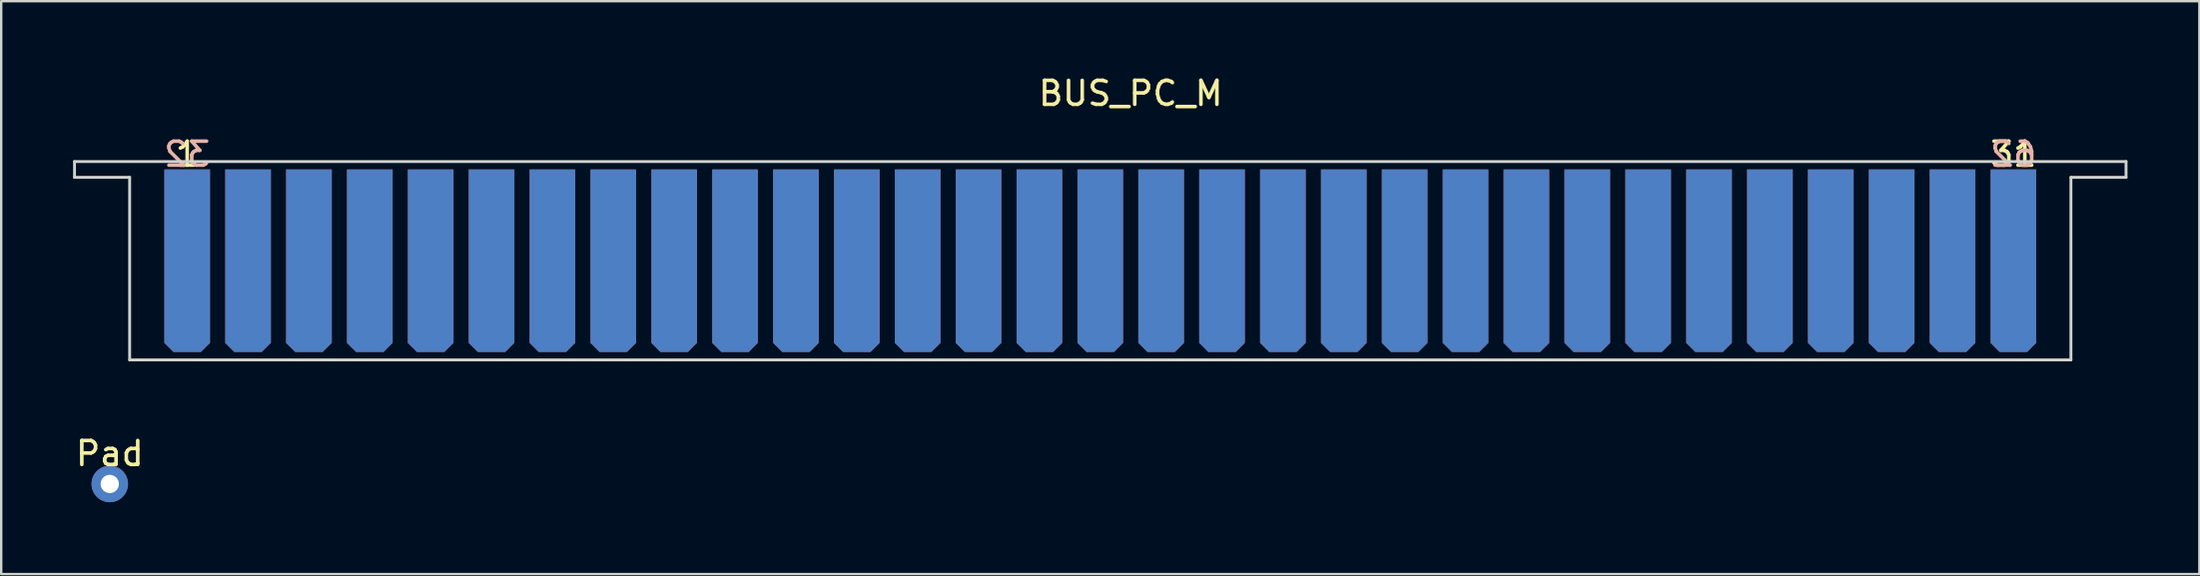
<source format=kicad_pcb>
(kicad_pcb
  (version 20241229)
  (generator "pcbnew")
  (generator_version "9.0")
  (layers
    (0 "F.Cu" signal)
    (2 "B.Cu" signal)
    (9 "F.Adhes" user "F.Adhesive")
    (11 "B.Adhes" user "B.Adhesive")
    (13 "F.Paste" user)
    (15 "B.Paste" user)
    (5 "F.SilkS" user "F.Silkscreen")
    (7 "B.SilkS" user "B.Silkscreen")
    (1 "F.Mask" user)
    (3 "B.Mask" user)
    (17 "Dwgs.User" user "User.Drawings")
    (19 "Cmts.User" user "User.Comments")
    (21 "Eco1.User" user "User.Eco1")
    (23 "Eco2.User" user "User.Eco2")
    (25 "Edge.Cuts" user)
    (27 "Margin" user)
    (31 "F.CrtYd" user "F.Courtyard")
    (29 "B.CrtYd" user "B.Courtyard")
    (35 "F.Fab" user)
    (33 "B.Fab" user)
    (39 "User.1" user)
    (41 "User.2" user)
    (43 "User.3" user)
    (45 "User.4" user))
  (footprint "BUS_PC_M"
    (layer "F.Cu")
    (at 42.86 7.833)
    (property "Reference" "BUS_PC_M" (at 1.27 -6.985 0) (layer "F.SilkS") (effects (font (size 1 1) (thickness 0.15))))
    (attr through_hole)
    (fp_line (start -42.8 -4.14) (end -42.8 -3.48) (stroke (width 0.12) (type solid)) (layer "Edge.Cuts"))
    (fp_line (start -42.8 -4.14) (end 42.8 -4.14) (stroke (width 0.12) (type solid)) (layer "Edge.Cuts"))
    (fp_line (start -42.8 -3.48) (end -40.5 -3.48) (stroke (width 0.12) (type solid)) (layer "Edge.Cuts"))
    (fp_line (start -40.5 -3.48) (end -40.5 4.14) (stroke (width 0.12) (type solid)) (layer "Edge.Cuts"))
    (fp_line (start -40.5 4.14) (end 40.5 4.14) (stroke (width 0.12) (type solid)) (layer "Edge.Cuts"))
    (fp_line (start 40.5 -3.48) (end 40.5 4.14) (stroke (width 0.12) (type solid)) (layer "Edge.Cuts"))
    (fp_line (start 40.5 -3.48) (end 42.8 -3.48) (stroke (width 0.12) (type solid)) (layer "Edge.Cuts"))
    (fp_line (start 42.8 -4.14) (end 42.8 -3.48) (stroke (width 0.12) (type solid)) (layer "Edge.Cuts"))
    (fp_text user "31" (at 38.1 -4.445 0) (unlocked yes) (layer "F.SilkS") (effects (font (size 1 1) (thickness 0.15))))
    (fp_text user "1" (at -38.1 -4.445 0) (unlocked yes) (layer "F.SilkS") (effects (font (size 1 1) (thickness 0.15))))
    (fp_text user "62" (at 38.1 -4.445 0) (unlocked yes) (layer "B.SilkS") (effects (font (size 1 1) (thickness 0.15)) (justify mirror)))
    (fp_text user "32" (at -38.1 -4.445 0) (unlocked yes) (layer "B.SilkS") (effects (font (size 1 1) (thickness 0.15)) (justify mirror)))
    (pad "1" connect roundrect (at -38.1 0) (size 1.905 7.62) (layers "F.Cu" "F.Mask") (roundrect_rratio 0) (chamfer_ratio 0.2) (chamfer bottom_left bottom_right))
    (pad "2" connect roundrect (at -35.56 0) (size 1.905 7.62) (layers "F.Cu" "F.Mask") (roundrect_rratio 0) (chamfer_ratio 0.2) (chamfer bottom_left bottom_right))
    (pad "3" connect roundrect (at -33.02 0) (size 1.905 7.62) (layers "F.Cu" "F.Mask") (roundrect_rratio 0) (chamfer_ratio 0.2) (chamfer bottom_left bottom_right))
    (pad "4" connect roundrect (at -30.48 0) (size 1.905 7.62) (layers "F.Cu" "F.Mask") (roundrect_rratio 0) (chamfer_ratio 0.2) (chamfer bottom_left bottom_right))
    (pad "5" connect roundrect (at -27.94 0) (size 1.905 7.62) (layers "F.Cu" "F.Mask") (roundrect_rratio 0) (chamfer_ratio 0.2) (chamfer bottom_left bottom_right))
    (pad "6" connect roundrect (at -25.4 0) (size 1.905 7.62) (layers "F.Cu" "F.Mask") (roundrect_rratio 0) (chamfer_ratio 0.2) (chamfer bottom_left bottom_right))
    (pad "7" connect roundrect (at -22.86 0) (size 1.905 7.62) (layers "F.Cu" "F.Mask") (roundrect_rratio 0) (chamfer_ratio 0.2) (chamfer bottom_left bottom_right))
    (pad "8" connect roundrect (at -20.32 0) (size 1.905 7.62) (layers "F.Cu" "F.Mask") (roundrect_rratio 0) (chamfer_ratio 0.2) (chamfer bottom_left bottom_right))
    (pad "9" connect roundrect (at -17.78 0) (size 1.905 7.62) (layers "F.Cu" "F.Mask") (roundrect_rratio 0) (chamfer_ratio 0.2) (chamfer bottom_left bottom_right))
    (pad "10" connect roundrect (at -15.24 0) (size 1.905 7.62) (layers "F.Cu" "F.Mask") (roundrect_rratio 0) (chamfer_ratio 0.2) (chamfer bottom_left bottom_right))
    (pad "11" connect roundrect (at -12.7 0) (size 1.905 7.62) (layers "F.Cu" "F.Mask") (roundrect_rratio 0) (chamfer_ratio 0.2) (chamfer bottom_left bottom_right))
    (pad "12" connect roundrect (at -10.16 0) (size 1.905 7.62) (layers "F.Cu" "F.Mask") (roundrect_rratio 0) (chamfer_ratio 0.2) (chamfer bottom_left bottom_right))
    (pad "13" connect roundrect (at -7.62 0) (size 1.905 7.62) (layers "F.Cu" "F.Mask") (roundrect_rratio 0) (chamfer_ratio 0.2) (chamfer bottom_left bottom_right))
    (pad "14" connect roundrect (at -5.08 0) (size 1.905 7.62) (layers "F.Cu" "F.Mask") (roundrect_rratio 0) (chamfer_ratio 0.2) (chamfer bottom_left bottom_right))
    (pad "15" connect roundrect (at -2.54 0) (size 1.905 7.62) (layers "F.Cu" "F.Mask") (roundrect_rratio 0) (chamfer_ratio 0.2) (chamfer bottom_left bottom_right))
    (pad "16" connect roundrect (at 0 0) (size 1.905 7.62) (layers "F.Cu" "F.Mask") (roundrect_rratio 0) (chamfer_ratio 0.2) (chamfer bottom_left bottom_right))
    (pad "17" connect roundrect (at 2.54 0) (size 1.905 7.62) (layers "F.Cu" "F.Mask") (roundrect_rratio 0) (chamfer_ratio 0.2) (chamfer bottom_left bottom_right))
    (pad "18" connect roundrect (at 5.08 0) (size 1.905 7.62) (layers "F.Cu" "F.Mask") (roundrect_rratio 0) (chamfer_ratio 0.2) (chamfer bottom_left bottom_right))
    (pad "19" connect roundrect (at 7.62 0) (size 1.905 7.62) (layers "F.Cu" "F.Mask") (roundrect_rratio 0) (chamfer_ratio 0.2) (chamfer bottom_left bottom_right))
    (pad "20" connect roundrect (at 10.16 0) (size 1.905 7.62) (layers "F.Cu" "F.Mask") (roundrect_rratio 0) (chamfer_ratio 0.2) (chamfer bottom_left bottom_right))
    (pad "21" connect roundrect (at 12.7 0) (size 1.905 7.62) (layers "F.Cu" "F.Mask") (roundrect_rratio 0) (chamfer_ratio 0.2) (chamfer bottom_left bottom_right))
    (pad "22" connect roundrect (at 15.24 0) (size 1.905 7.62) (layers "F.Cu" "F.Mask") (roundrect_rratio 0) (chamfer_ratio 0.2) (chamfer bottom_left bottom_right))
    (pad "23" connect roundrect (at 17.78 0) (size 1.905 7.62) (layers "F.Cu" "F.Mask") (roundrect_rratio 0) (chamfer_ratio 0.2) (chamfer bottom_left bottom_right))
    (pad "24" connect roundrect (at 20.32 0) (size 1.905 7.62) (layers "F.Cu" "F.Mask") (roundrect_rratio 0) (chamfer_ratio 0.2) (chamfer bottom_left bottom_right))
    (pad "25" connect roundrect (at 22.86 0) (size 1.905 7.62) (layers "F.Cu" "F.Mask") (roundrect_rratio 0) (chamfer_ratio 0.2) (chamfer bottom_left bottom_right))
    (pad "26" connect roundrect (at 25.4 0) (size 1.905 7.62) (layers "F.Cu" "F.Mask") (roundrect_rratio 0) (chamfer_ratio 0.2) (chamfer bottom_left bottom_right))
    (pad "27" connect roundrect (at 27.94 0) (size 1.905 7.62) (layers "F.Cu" "F.Mask") (roundrect_rratio 0) (chamfer_ratio 0.2) (chamfer bottom_left bottom_right))
    (pad "28" connect roundrect (at 30.48 0) (size 1.905 7.62) (layers "F.Cu" "F.Mask") (roundrect_rratio 0) (chamfer_ratio 0.2) (chamfer bottom_left bottom_right))
    (pad "29" connect roundrect (at 33.02 0) (size 1.905 7.62) (layers "F.Cu" "F.Mask") (roundrect_rratio 0) (chamfer_ratio 0.2) (chamfer bottom_left bottom_right))
    (pad "30" connect roundrect (at 35.56 0) (size 1.905 7.62) (layers "F.Cu" "F.Mask") (roundrect_rratio 0) (chamfer_ratio 0.2) (chamfer bottom_left bottom_right))
    (pad "31" connect roundrect (at 38.1 0) (size 1.905 7.62) (layers "F.Cu" "F.Mask") (roundrect_rratio 0) (chamfer_ratio 0.2) (chamfer bottom_left bottom_right))
    (pad "32" connect roundrect (at -38.1 0) (size 1.905 7.62) (layers "B.Cu" "B.Mask") (roundrect_rratio 0) (chamfer_ratio 0.2) (chamfer bottom_left bottom_right))
    (pad "33" connect roundrect (at -35.56 0) (size 1.905 7.62) (layers "B.Cu" "B.Mask") (roundrect_rratio 0) (chamfer_ratio 0.2) (chamfer bottom_left bottom_right))
    (pad "34" connect roundrect (at -33.02 0) (size 1.905 7.62) (layers "B.Cu" "B.Mask") (roundrect_rratio 0) (chamfer_ratio 0.2) (chamfer bottom_left bottom_right))
    (pad "35" connect roundrect (at -30.48 0) (size 1.905 7.62) (layers "B.Cu" "B.Mask") (roundrect_rratio 0) (chamfer_ratio 0.2) (chamfer bottom_left bottom_right))
    (pad "36" connect roundrect (at -27.94 0) (size 1.905 7.62) (layers "B.Cu" "B.Mask") (roundrect_rratio 0) (chamfer_ratio 0.2) (chamfer bottom_left bottom_right))
    (pad "37" connect roundrect (at -25.4 0) (size 1.905 7.62) (layers "B.Cu" "B.Mask") (roundrect_rratio 0) (chamfer_ratio 0.2) (chamfer bottom_left bottom_right))
    (pad "38" connect roundrect (at -22.86 0) (size 1.905 7.62) (layers "B.Cu" "B.Mask") (roundrect_rratio 0) (chamfer_ratio 0.2) (chamfer bottom_left bottom_right))
    (pad "39" connect roundrect (at -20.32 0) (size 1.905 7.62) (layers "B.Cu" "B.Mask") (roundrect_rratio 0) (chamfer_ratio 0.2) (chamfer bottom_left bottom_right))
    (pad "40" connect roundrect (at -17.78 0) (size 1.905 7.62) (layers "B.Cu" "B.Mask") (roundrect_rratio 0) (chamfer_ratio 0.2) (chamfer bottom_left bottom_right))
    (pad "41" connect roundrect (at -15.24 0) (size 1.905 7.62) (layers "B.Cu" "B.Mask") (roundrect_rratio 0) (chamfer_ratio 0.2) (chamfer bottom_left bottom_right))
    (pad "42" connect roundrect (at -12.7 0) (size 1.905 7.62) (layers "B.Cu" "B.Mask") (roundrect_rratio 0) (chamfer_ratio 0.2) (chamfer bottom_left bottom_right))
    (pad "43" connect roundrect (at -10.16 0) (size 1.905 7.62) (layers "B.Cu" "B.Mask") (roundrect_rratio 0) (chamfer_ratio 0.2) (chamfer bottom_left bottom_right))
    (pad "44" connect roundrect (at -7.62 0) (size 1.905 7.62) (layers "B.Cu" "B.Mask") (roundrect_rratio 0) (chamfer_ratio 0.2) (chamfer bottom_left bottom_right))
    (pad "45" connect roundrect (at -5.08 0) (size 1.905 7.62) (layers "B.Cu" "B.Mask") (roundrect_rratio 0) (chamfer_ratio 0.2) (chamfer bottom_left bottom_right))
    (pad "46" connect roundrect (at -2.54 0) (size 1.905 7.62) (layers "B.Cu" "B.Mask") (roundrect_rratio 0) (chamfer_ratio 0.2) (chamfer bottom_left bottom_right))
    (pad "47" connect roundrect (at 0 0) (size 1.905 7.62) (layers "B.Cu" "B.Mask") (roundrect_rratio 0) (chamfer_ratio 0.2) (chamfer bottom_left bottom_right))
    (pad "48" connect roundrect (at 2.54 0) (size 1.905 7.62) (layers "B.Cu" "B.Mask") (roundrect_rratio 0) (chamfer_ratio 0.2) (chamfer bottom_left bottom_right))
    (pad "49" connect roundrect (at 5.08 0) (size 1.905 7.62) (layers "B.Cu" "B.Mask") (roundrect_rratio 0) (chamfer_ratio 0.2) (chamfer bottom_left bottom_right))
    (pad "50" connect roundrect (at 7.62 0) (size 1.905 7.62) (layers "B.Cu" "B.Mask") (roundrect_rratio 0) (chamfer_ratio 0.2) (chamfer bottom_left bottom_right))
    (pad "51" connect roundrect (at 10.16 0) (size 1.905 7.62) (layers "B.Cu" "B.Mask") (roundrect_rratio 0) (chamfer_ratio 0.2) (chamfer bottom_left bottom_right))
    (pad "52" connect roundrect (at 12.7 0) (size 1.905 7.62) (layers "B.Cu" "B.Mask") (roundrect_rratio 0) (chamfer_ratio 0.2) (chamfer bottom_left bottom_right))
    (pad "53" connect roundrect (at 15.24 0) (size 1.905 7.62) (layers "B.Cu" "B.Mask") (roundrect_rratio 0) (chamfer_ratio 0.2) (chamfer bottom_left bottom_right))
    (pad "54" connect roundrect (at 17.78 0) (size 1.905 7.62) (layers "B.Cu" "B.Mask") (roundrect_rratio 0) (chamfer_ratio 0.2) (chamfer bottom_left bottom_right))
    (pad "55" connect roundrect (at 20.32 0) (size 1.905 7.62) (layers "B.Cu" "B.Mask") (roundrect_rratio 0) (chamfer_ratio 0.2) (chamfer bottom_left bottom_right))
    (pad "56" connect roundrect (at 22.86 0) (size 1.905 7.62) (layers "B.Cu" "B.Mask") (roundrect_rratio 0) (chamfer_ratio 0.2) (chamfer bottom_left bottom_right))
    (pad "57" connect roundrect (at 25.4 0) (size 1.905 7.62) (layers "B.Cu" "B.Mask") (roundrect_rratio 0) (chamfer_ratio 0.2) (chamfer bottom_left bottom_right))
    (pad "58" connect roundrect (at 27.94 0) (size 1.905 7.62) (layers "B.Cu" "B.Mask") (roundrect_rratio 0) (chamfer_ratio 0.2) (chamfer bottom_left bottom_right))
    (pad "59" connect roundrect (at 30.48 0) (size 1.905 7.62) (layers "B.Cu" "B.Mask") (roundrect_rratio 0) (chamfer_ratio 0.2) (chamfer bottom_left bottom_right))
    (pad "60" connect roundrect (at 33.02 0) (size 1.905 7.62) (layers "B.Cu" "B.Mask") (roundrect_rratio 0) (chamfer_ratio 0.2) (chamfer bottom_left bottom_right))
    (pad "61" connect roundrect (at 35.56 0) (size 1.905 7.62) (layers "B.Cu" "B.Mask") (roundrect_rratio 0) (chamfer_ratio 0.2) (chamfer bottom_left bottom_right))
    (pad "62" connect roundrect (at 38.1 0) (size 1.905 7.62) (layers "B.Cu" "B.Mask") (roundrect_rratio 0) (chamfer_ratio 0.2) (chamfer bottom_left bottom_right)))
  (footprint "Pad"
    (layer "F.Cu")
    (at 1.53 17.151)
    (property "Reference" "Pad" (at 0 -1.27 0) (unlocked yes) (layer "F.SilkS") (effects (font (size 1 1) (thickness 0.15))))
    (pad "1" thru_hole circle (at 0 0) (size 1.524 1.524) (drill 0.762) (layers "*.Cu" "*.Mask")))
  (gr_rect
    (start -3 -3)
    (end 88.72 20.913)
    (stroke (width 0.1) (type default))
    (fill no)
    (layer "Edge.Cuts")))
</source>
